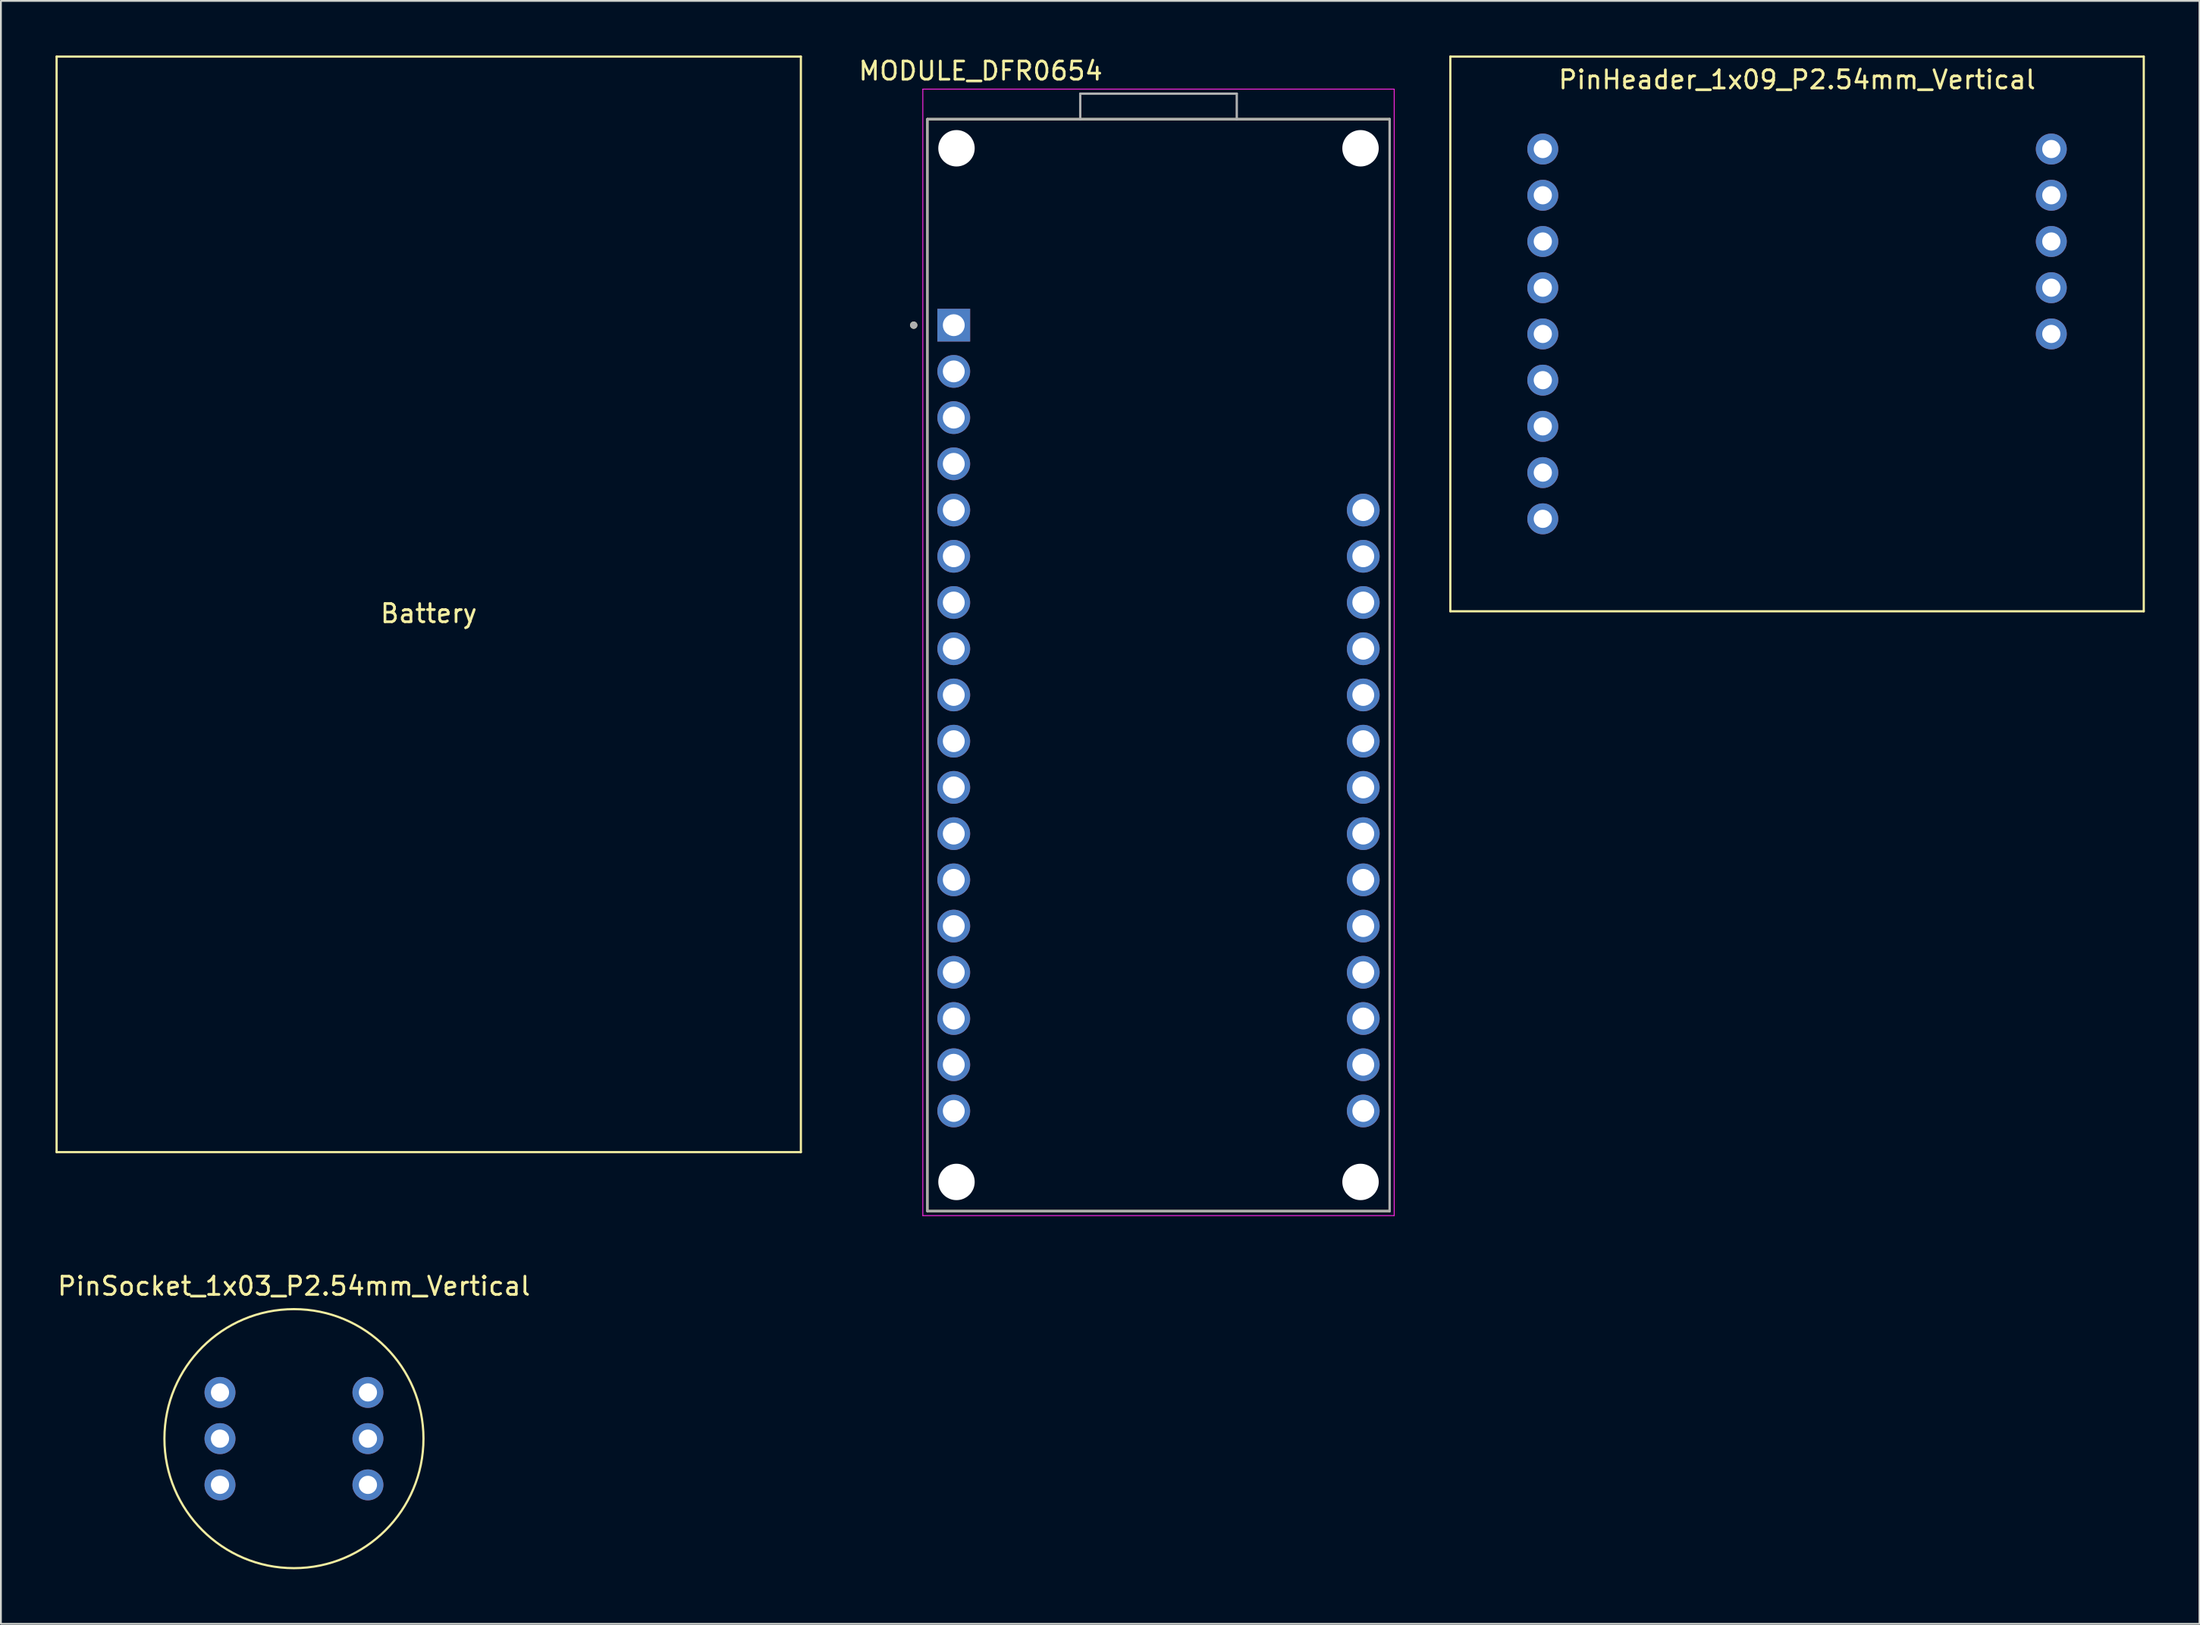
<source format=kicad_pcb>
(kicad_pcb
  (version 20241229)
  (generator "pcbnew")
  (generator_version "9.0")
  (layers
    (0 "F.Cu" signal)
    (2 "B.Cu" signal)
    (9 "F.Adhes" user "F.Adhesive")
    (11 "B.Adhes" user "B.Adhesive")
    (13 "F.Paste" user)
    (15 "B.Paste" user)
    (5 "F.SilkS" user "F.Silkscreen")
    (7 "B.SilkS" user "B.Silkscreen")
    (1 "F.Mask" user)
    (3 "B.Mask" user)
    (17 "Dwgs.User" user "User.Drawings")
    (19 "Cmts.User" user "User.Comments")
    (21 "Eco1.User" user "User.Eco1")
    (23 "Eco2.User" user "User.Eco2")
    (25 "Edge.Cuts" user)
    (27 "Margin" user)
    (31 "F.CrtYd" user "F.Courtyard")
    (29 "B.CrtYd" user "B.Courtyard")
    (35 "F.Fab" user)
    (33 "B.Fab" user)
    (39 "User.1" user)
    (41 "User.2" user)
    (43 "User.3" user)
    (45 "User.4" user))
  (footprint "PinHeader_1x09_P2.54mm_Vertical"
    (layer "F.Cu")
    (at 95.689 15.554)
    (property "Reference" "PinHeader_1x09_P2.54mm_Vertical" (at 0 -14.224 0) (layer "F.SilkS") (effects (font (size 1 1) (thickness 0.15))))
    (attr through_hole)
    (fp_line (start -19.05 -15.494) (end -19.05 14.986) (stroke (width 0.12) (type solid)) (layer "F.SilkS"))
    (fp_line (start 19.05 -15.494) (end -19.05 -15.494) (stroke (width 0.12) (type solid)) (layer "F.SilkS"))
    (fp_line (start 19.05 -15.494) (end 19.05 14.986) (stroke (width 0.12) (type solid)) (layer "F.SilkS"))
    (fp_line (start 19.05 14.986) (end -19.05 14.986) (stroke (width 0.12) (type solid)) (layer "F.SilkS"))
    (pad "1" thru_hole circle (at -13.97 -10.414) (size 1.7 1.7) (drill 1) (layers "*.Cu" "*.Mask"))
    (pad "2" thru_hole oval (at -13.97 -7.874) (size 1.7 1.7) (drill 1) (layers "*.Cu" "*.Mask"))
    (pad "3" thru_hole oval (at -13.97 -5.334) (size 1.7 1.7) (drill 1) (layers "*.Cu" "*.Mask"))
    (pad "4" thru_hole oval (at -13.97 -2.794) (size 1.7 1.7) (drill 1) (layers "*.Cu" "*.Mask"))
    (pad "5" thru_hole oval (at -13.97 -0.254) (size 1.7 1.7) (drill 1) (layers "*.Cu" "*.Mask"))
    (pad "6" thru_hole oval (at -13.97 2.286) (size 1.7 1.7) (drill 1) (layers "*.Cu" "*.Mask"))
    (pad "7" thru_hole oval (at -13.97 4.826) (size 1.7 1.7) (drill 1) (layers "*.Cu" "*.Mask"))
    (pad "8" thru_hole oval (at -13.97 7.366) (size 1.7 1.7) (drill 1) (layers "*.Cu" "*.Mask"))
    (pad "9" thru_hole oval (at -13.97 9.906) (size 1.7 1.7) (drill 1) (layers "*.Cu" "*.Mask"))
    (pad "10" thru_hole circle (at 13.97 -10.414) (size 1.7 1.7) (drill 1) (layers "*.Cu" "*.Mask"))
    (pad "11" thru_hole oval (at 13.97 -7.874) (size 1.7 1.7) (drill 1) (layers "*.Cu" "*.Mask"))
    (pad "12" thru_hole oval (at 13.97 -5.334) (size 1.7 1.7) (drill 1) (layers "*.Cu" "*.Mask"))
    (pad "13" thru_hole oval (at 13.97 -2.794) (size 1.7 1.7) (drill 1) (layers "*.Cu" "*.Mask"))
    (pad "14" thru_hole oval (at 13.97 -0.254) (size 1.7 1.7) (drill 1) (layers "*.Cu" "*.Mask")))
  (footprint "PinSocket_1x03_P2.54mm_Vertical"
    (layer "F.Cu")
    (at 13.101 76.004)
    (property "Reference" "PinSocket_1x03_P2.54mm_Vertical" (at 0 -8.382 0) (layer "F.SilkS") (effects (font (size 1 1) (thickness 0.15))))
    (attr through_hole)
    (fp_circle (center 0 0) (end -7.112 -0.254) (stroke (width 0.12) (type solid)) (fill no) (layer "F.SilkS"))
    (pad "1" thru_hole circle (at 4.064 -2.54) (size 1.7 1.7) (drill 1) (layers "*.Cu" "*.Mask"))
    (pad "2" thru_hole oval (at 4.064 0) (size 1.7 1.7) (drill 1) (layers "*.Cu" "*.Mask"))
    (pad "3" thru_hole oval (at 4.064 2.54) (size 1.7 1.7) (drill 1) (layers "*.Cu" "*.Mask"))
    (pad "4" thru_hole circle (at -4.064 -2.54) (size 1.7 1.7) (drill 1) (layers "*.Cu" "*.Mask"))
    (pad "5" thru_hole oval (at -4.064 0) (size 1.7 1.7) (drill 1) (layers "*.Cu" "*.Mask"))
    (pad "6" thru_hole oval (at -4.064 2.54) (size 1.7 1.7) (drill 1) (layers "*.Cu" "*.Mask")))
  (footprint "MODULE_DFR0654"
    (layer "F.Cu")
    (at 60.604 33.498)
    (property "Reference" "MODULE_DFR0654" (at -9.775 -32.65 0) (layer "F.SilkS") (effects (font (size 1 1) (thickness 0.15))))
    (attr through_hole)
    (fp_line (start -12.7 -30) (end -12.7 30) (stroke (width 0.127) (type solid)) (layer "F.SilkS"))
    (fp_line (start 12.7 -30) (end -12.7 -30) (stroke (width 0.127) (type solid)) (layer "F.SilkS"))
    (fp_line (start 12.7 -30) (end 12.7 30) (stroke (width 0.127) (type solid)) (layer "F.SilkS"))
    (fp_line (start 12.7 30) (end -12.7 30) (stroke (width 0.127) (type solid)) (layer "F.SilkS"))
    (fp_circle (center -13.45 -18.68) (end -13.35 -18.68) (stroke (width 0.2) (type solid)) (fill no) (layer "F.SilkS"))
    (fp_line (start -12.95 -31.65) (end -12.95 30.25) (stroke (width 0.05) (type solid)) (layer "F.CrtYd"))
    (fp_line (start -12.95 30.25) (end 12.95 30.25) (stroke (width 0.05) (type solid)) (layer "F.CrtYd"))
    (fp_line (start 12.95 -31.65) (end -12.95 -31.65) (stroke (width 0.05) (type solid)) (layer "F.CrtYd"))
    (fp_line (start 12.95 30.25) (end 12.95 -31.65) (stroke (width 0.05) (type solid)) (layer "F.CrtYd"))
    (fp_line (start -12.7 -30) (end -12.7 30) (stroke (width 0.127) (type solid)) (layer "F.Fab"))
    (fp_line (start -4.3 -31.4) (end -4.3 -30) (stroke (width 0.127) (type solid)) (layer "F.Fab"))
    (fp_line (start -4.3 -30) (end -12.7 -30) (stroke (width 0.127) (type solid)) (layer "F.Fab"))
    (fp_line (start 4.3 -31.4) (end -4.3 -31.4) (stroke (width 0.127) (type solid)) (layer "F.Fab"))
    (fp_line (start 4.3 -30) (end -4.3 -30) (stroke (width 0.127) (type solid)) (layer "F.Fab"))
    (fp_line (start 4.3 -30) (end 4.3 -31.4) (stroke (width 0.127) (type solid)) (layer "F.Fab"))
    (fp_line (start 12.7 -30) (end 4.3 -30) (stroke (width 0.127) (type solid)) (layer "F.Fab"))
    (fp_line (start 12.7 -30) (end 12.7 30) (stroke (width 0.127) (type solid)) (layer "F.Fab"))
    (fp_line (start 12.7 30) (end -12.7 30) (stroke (width 0.127) (type solid)) (layer "F.Fab"))
    (fp_circle (center -13.45 -18.68) (end -13.35 -18.68) (stroke (width 0.2) (type solid)) (fill no) (layer "F.Fab"))
    (pad "" np_thru_hole circle (at -11.1 -28.4) (size 2 2) (drill 2) (layers "*.Cu" "*.Mask"))
    (pad "" np_thru_hole circle (at -11.1 28.4) (size 2 2) (drill 2) (layers "*.Cu" "*.Mask"))
    (pad "" np_thru_hole circle (at 11.1 -28.4) (size 2 2) (drill 2) (layers "*.Cu" "*.Mask"))
    (pad "" np_thru_hole circle (at 11.1 28.4) (size 2 2) (drill 2) (layers "*.Cu" "*.Mask"))
    (pad "0" thru_hole circle (at -11.25 14.34) (size 1.8 1.8) (drill 1.2) (layers "*.Cu" "*.Mask"))
    (pad "1" thru_hole circle (at -11.25 21.96) (size 1.8 1.8) (drill 1.2) (layers "*.Cu" "*.Mask"))
    (pad "2" thru_hole circle (at -11.25 6.72) (size 1.8 1.8) (drill 1.2) (layers "*.Cu" "*.Mask"))
    (pad "3" thru_hole circle (at -11.25 24.5) (size 1.8 1.8) (drill 1.2) (layers "*.Cu" "*.Mask"))
    (pad "4" thru_hole circle (at 11.25 19.42) (size 1.8 1.8) (drill 1.2) (layers "*.Cu" "*.Mask"))
    (pad "5" thru_hole rect (at -11.25 -18.68) (size 1.8 1.8) (drill 1.2) (layers "*.Cu" "*.Mask"))
    (pad "6" thru_hole circle (at -11.25 -16.14) (size 1.8 1.8) (drill 1.2) (layers "*.Cu" "*.Mask"))
    (pad "7" thru_hole circle (at -11.25 -13.6) (size 1.8 1.8) (drill 1.2) (layers "*.Cu" "*.Mask"))
    (pad "8" thru_hole circle (at -11.25 -11.06) (size 1.8 1.8) (drill 1.2) (layers "*.Cu" "*.Mask"))
    (pad "9" thru_hole circle (at -11.25 -8.52) (size 1.8 1.8) (drill 1.2) (layers "*.Cu" "*.Mask"))
    (pad "10" thru_hole circle (at 11.25 -8.52) (size 1.8 1.8) (drill 1.2) (layers "*.Cu" "*.Mask"))
    (pad "11" thru_hole circle (at 11.25 -5.98) (size 1.8 1.8) (drill 1.2) (layers "*.Cu" "*.Mask"))
    (pad "12" thru_hole circle (at 11.25 16.88) (size 1.8 1.8) (drill 1.2) (layers "*.Cu" "*.Mask"))
    (pad "13" thru_hole circle (at -11.25 9.26) (size 1.8 1.8) (drill 1.2) (layers "*.Cu" "*.Mask"))
    (pad "14" thru_hole circle (at -11.25 11.8) (size 1.8 1.8) (drill 1.2) (layers "*.Cu" "*.Mask"))
    (pad "15" thru_hole circle (at 11.25 4.18) (size 1.8 1.8) (drill 1.2) (layers "*.Cu" "*.Mask"))
    (pad "16" thru_hole circle (at 11.25 21.96) (size 1.8 1.8) (drill 1.2) (layers "*.Cu" "*.Mask"))
    (pad "17" thru_hole circle (at 11.25 24.5) (size 1.8 1.8) (drill 1.2) (layers "*.Cu" "*.Mask"))
    (pad "18" thru_hole circle (at -11.25 -5.98) (size 1.8 1.8) (drill 1.2) (layers "*.Cu" "*.Mask"))
    (pad "19" thru_hole circle (at -11.25 -0.9) (size 1.8 1.8) (drill 1.2) (layers "*.Cu" "*.Mask"))
    (pad "20" thru_hole circle (at 11.25 -3.44) (size 1.8 1.8) (drill 1.2) (layers "*.Cu" "*.Mask"))
    (pad "21" thru_hole circle (at -11.25 4.18) (size 1.8 1.8) (drill 1.2) (layers "*.Cu" "*.Mask"))
    (pad "22" thru_hole circle (at -11.25 1.64) (size 1.8 1.8) (drill 1.2) (layers "*.Cu" "*.Mask"))
    (pad "23" thru_hole circle (at -11.25 -3.44) (size 1.8 1.8) (drill 1.2) (layers "*.Cu" "*.Mask"))
    (pad "24" thru_hole circle (at 11.25 -0.9) (size 1.8 1.8) (drill 1.2) (layers "*.Cu" "*.Mask"))
    (pad "25" thru_hole circle (at -11.25 19.42) (size 1.8 1.8) (drill 1.2) (layers "*.Cu" "*.Mask"))
    (pad "26" thru_hole circle (at -11.25 16.88) (size 1.8 1.8) (drill 1.2) (layers "*.Cu" "*.Mask"))
    (pad "27" thru_hole circle (at 11.25 1.64) (size 1.8 1.8) (drill 1.2) (layers "*.Cu" "*.Mask"))
    (pad "34" thru_hole circle (at 11.25 9.26) (size 1.8 1.8) (drill 1.2) (layers "*.Cu" "*.Mask"))
    (pad "35" thru_hole circle (at 11.25 6.72) (size 1.8 1.8) (drill 1.2) (layers "*.Cu" "*.Mask"))
    (pad "36" thru_hole circle (at 11.25 14.34) (size 1.8 1.8) (drill 1.2) (layers "*.Cu" "*.Mask"))
    (pad "39" thru_hole circle (at 11.25 11.8) (size 1.8 1.8) (drill 1.2) (layers "*.Cu" "*.Mask")))
  (footprint "Battery"
    (layer "F.Cu")
    (at 20.507 30.159)
    (property "Reference" "Battery" (at 0 0.5 0) (layer "F.SilkS") (effects (font (size 1 1) (thickness 0.15))))
    (attr through_hole)
    (fp_line (start -20.447 30.099) (end -20.447 -30.099) (stroke (width 0.12) (type solid)) (layer "F.SilkS"))
    (fp_line (start 20.447 -30.099) (end -20.447 -30.099) (stroke (width 0.12) (type solid)) (layer "F.SilkS"))
    (fp_line (start 20.447 30.099) (end -20.447 30.099) (stroke (width 0.12) (type solid)) (layer "F.SilkS"))
    (fp_line (start 20.447 30.099) (end 20.447 -30.099) (stroke (width 0.12) (type solid)) (layer "F.SilkS")))
  (gr_rect
    (start -3 -3)
    (end 117.799 86.18)
    (stroke (width 0.1) (type default))
    (fill no)
    (layer "Edge.Cuts")))
</source>
